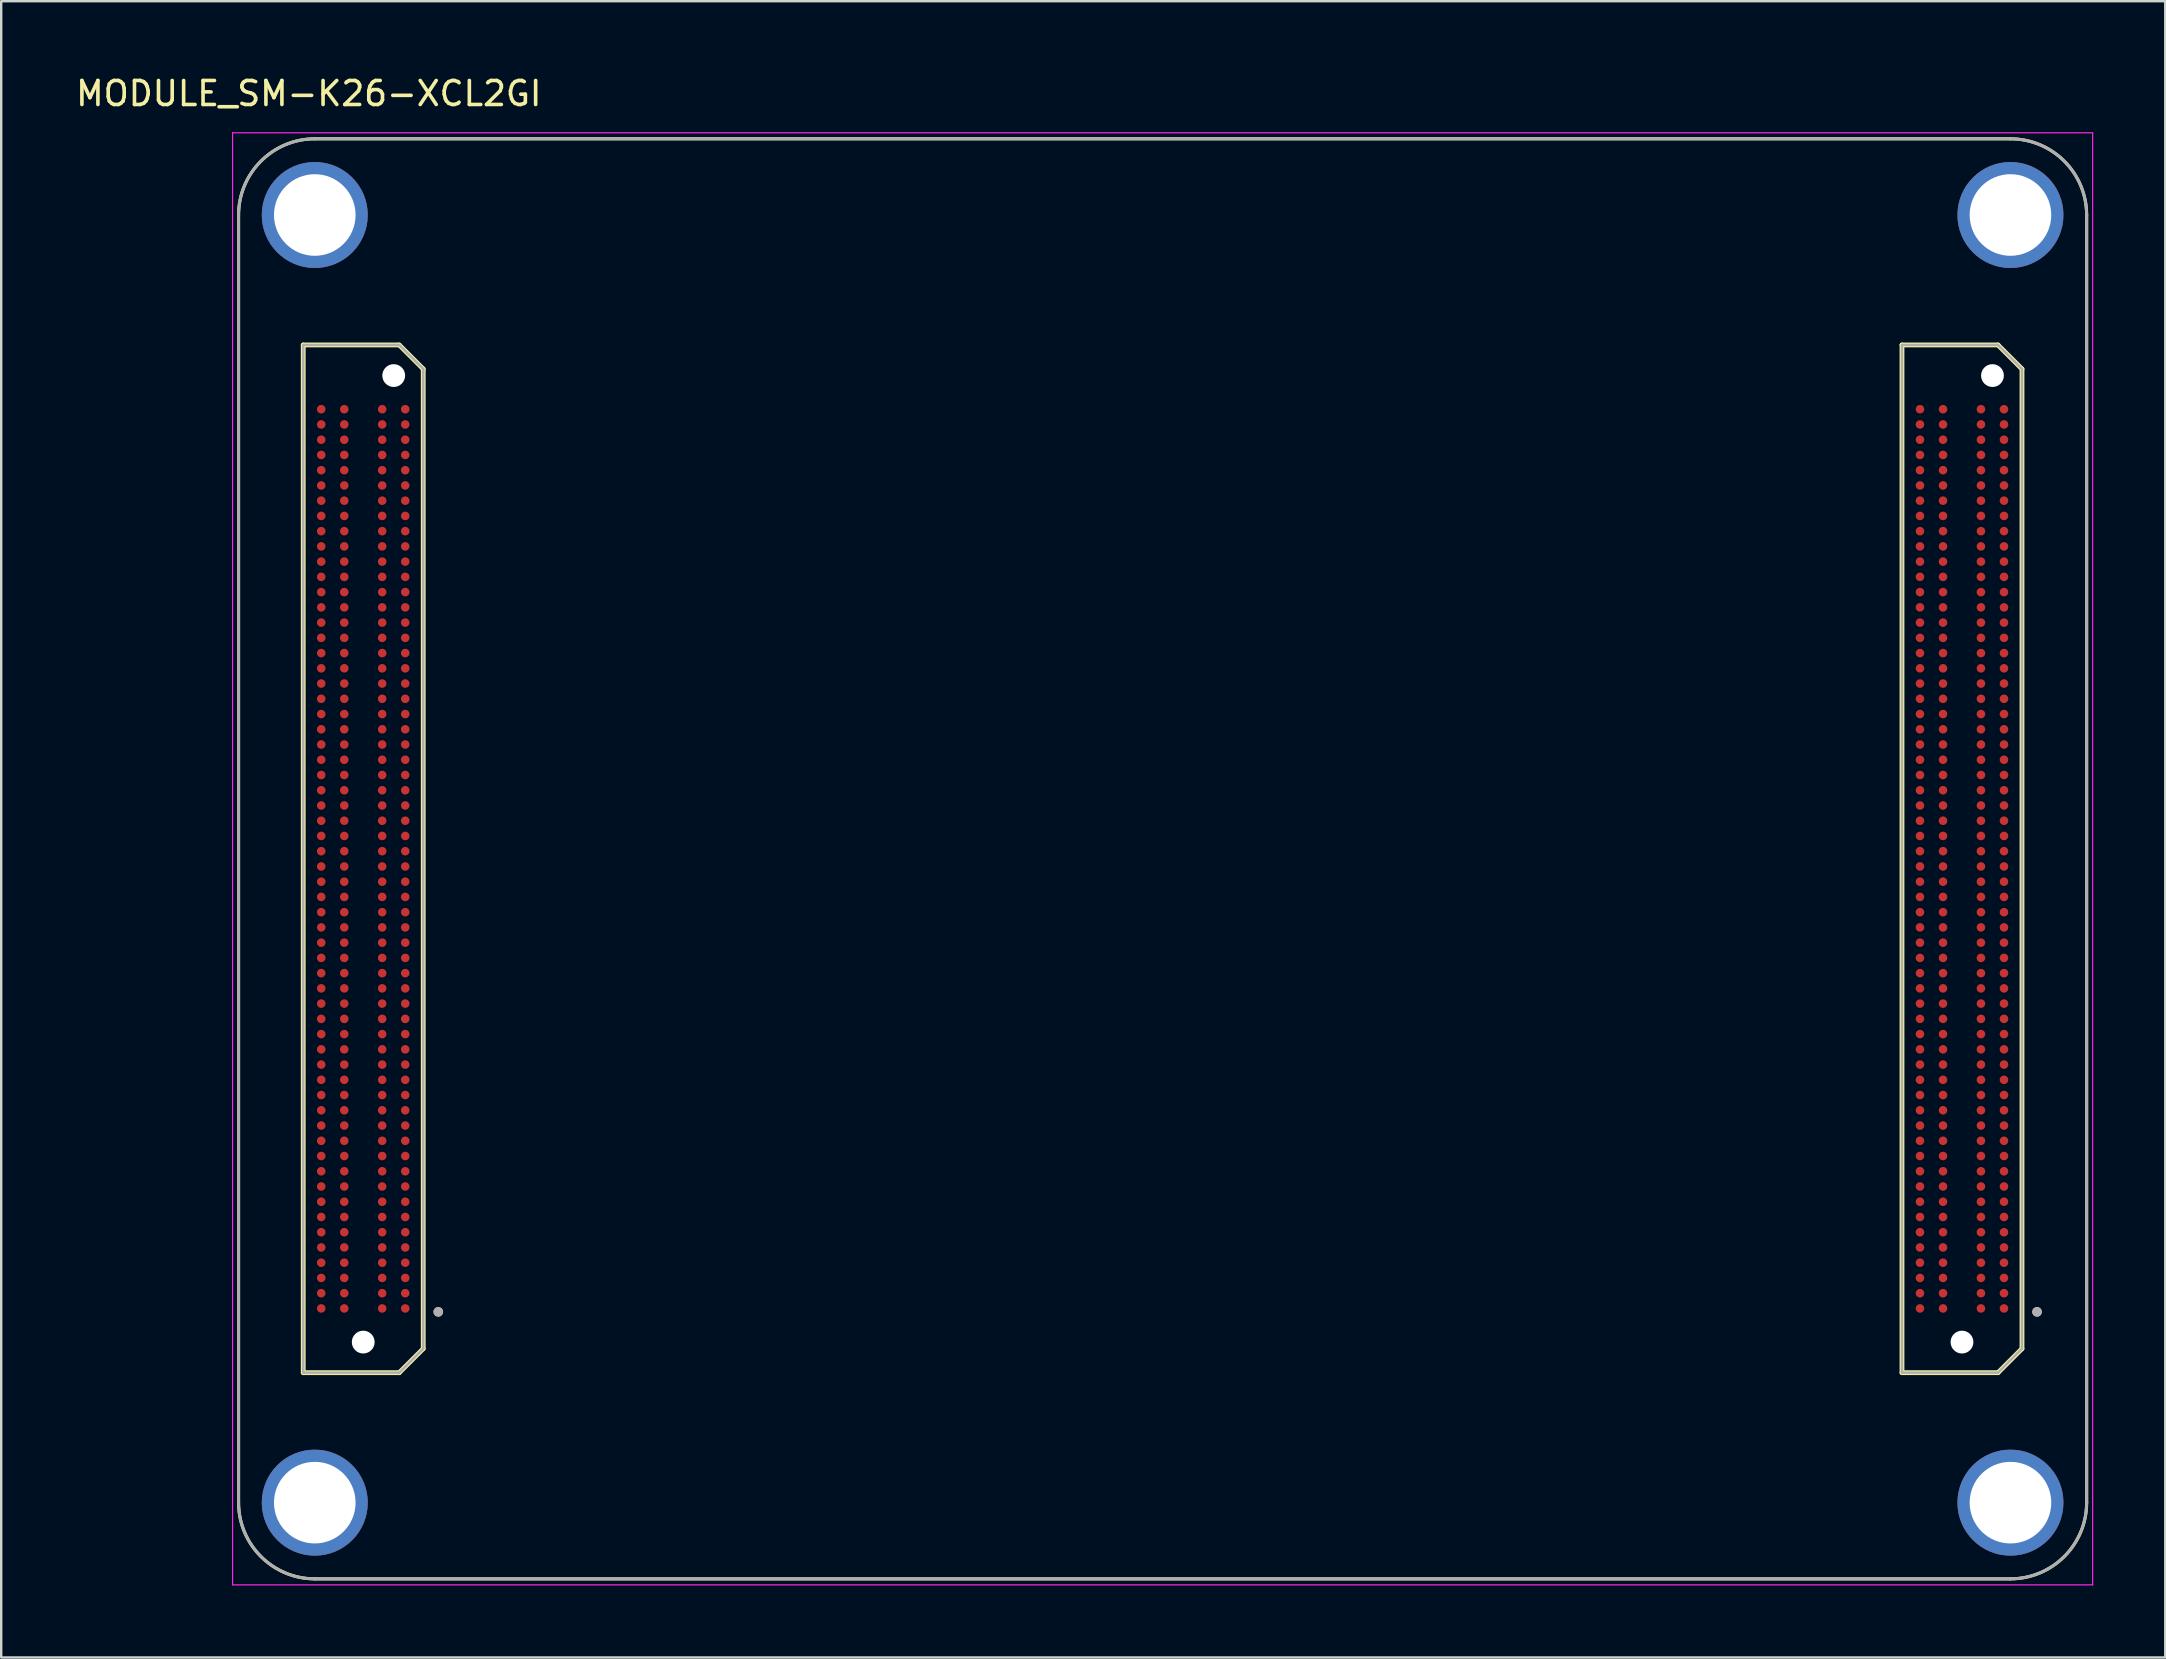
<source format=kicad_pcb>
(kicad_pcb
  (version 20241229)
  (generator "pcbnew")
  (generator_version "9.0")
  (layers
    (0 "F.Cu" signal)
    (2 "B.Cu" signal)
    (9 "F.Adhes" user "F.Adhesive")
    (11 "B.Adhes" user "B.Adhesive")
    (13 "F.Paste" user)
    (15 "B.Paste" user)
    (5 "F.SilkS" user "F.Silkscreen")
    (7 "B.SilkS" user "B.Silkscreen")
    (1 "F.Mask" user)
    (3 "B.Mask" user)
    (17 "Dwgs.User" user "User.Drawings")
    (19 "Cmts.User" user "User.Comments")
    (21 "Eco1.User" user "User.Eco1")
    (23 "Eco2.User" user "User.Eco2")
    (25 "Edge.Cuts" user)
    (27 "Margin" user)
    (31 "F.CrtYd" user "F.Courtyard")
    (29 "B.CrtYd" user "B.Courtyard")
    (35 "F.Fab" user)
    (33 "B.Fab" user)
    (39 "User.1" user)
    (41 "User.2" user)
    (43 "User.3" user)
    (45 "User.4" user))
  (footprint "MODULE_SM-K26-XCL2GI"
    (layer "F.Cu")
    (at 45.39 32.733)
    (property "Reference" "MODULE_SM-K26-XCL2GI" (at -35.575 -31.885 0) (layer "F.SilkS") (effects (font (size 1 1) (thickness 0.15))))
    (attr smd)
    (fp_line (start -38.5 -26.82) (end -38.5 26.82) (stroke (width 0.127) (type solid)) (layer "F.SilkS"))
    (fp_line (start -35.806 -21.41) (end -31.806 -21.41) (stroke (width 0.2) (type solid)) (layer "F.SilkS"))
    (fp_line (start -35.806 21.41) (end -35.806 -21.41) (stroke (width 0.2) (type solid)) (layer "F.SilkS"))
    (fp_line (start -35.32 -30) (end 35.32 -30) (stroke (width 0.127) (type solid)) (layer "F.SilkS"))
    (fp_line (start -35.32 30) (end 35.32 30) (stroke (width 0.127) (type solid)) (layer "F.SilkS"))
    (fp_line (start -31.806 -21.41) (end -30.806 -20.41) (stroke (width 0.2) (type solid)) (layer "F.SilkS"))
    (fp_line (start -31.806 21.41) (end -35.806 21.41) (stroke (width 0.2) (type solid)) (layer "F.SilkS"))
    (fp_line (start -30.806 -20.41) (end -30.806 20.41) (stroke (width 0.2) (type solid)) (layer "F.SilkS"))
    (fp_line (start -30.806 20.41) (end -31.806 21.41) (stroke (width 0.2) (type solid)) (layer "F.SilkS"))
    (fp_line (start 30.806 -21.41) (end 34.806 -21.41) (stroke (width 0.2) (type solid)) (layer "F.SilkS"))
    (fp_line (start 30.806 21.41) (end 30.806 -21.41) (stroke (width 0.2) (type solid)) (layer "F.SilkS"))
    (fp_line (start 34.806 -21.41) (end 35.806 -20.41) (stroke (width 0.2) (type solid)) (layer "F.SilkS"))
    (fp_line (start 34.806 21.41) (end 30.806 21.41) (stroke (width 0.2) (type solid)) (layer "F.SilkS"))
    (fp_line (start 35.806 -20.41) (end 35.806 20.41) (stroke (width 0.2) (type solid)) (layer "F.SilkS"))
    (fp_line (start 35.806 20.41) (end 34.806 21.41) (stroke (width 0.2) (type solid)) (layer "F.SilkS"))
    (fp_line (start 38.5 -26.82) (end 38.5 26.82) (stroke (width 0.127) (type solid)) (layer "F.SilkS"))
    (fp_arc (start -38.5 -26.82) (mid -37.5686 -29.0686) (end -35.32 -30) (stroke (width 0.127) (type solid)) (layer "F.SilkS"))
    (fp_arc (start -35.32 30) (mid -37.5686 29.0686) (end -38.5 26.82) (stroke (width 0.127) (type solid)) (layer "F.SilkS"))
    (fp_arc (start 35.32 -30) (mid 37.5686 -29.0686) (end 38.5 -26.82) (stroke (width 0.127) (type solid)) (layer "F.SilkS"))
    (fp_arc (start 38.5 26.82) (mid 37.5686 29.0686) (end 35.32 30) (stroke (width 0.127) (type solid)) (layer "F.SilkS"))
    (fp_circle (center -30.179 18.875) (end -30.079 18.875) (stroke (width 0.2) (type solid)) (fill no) (layer "F.SilkS"))
    (fp_circle (center 36.433 18.875) (end 36.533 18.875) (stroke (width 0.2) (type solid)) (fill no) (layer "F.SilkS"))
    (fp_line (start -38.75 -30.25) (end -38.75 30.25) (stroke (width 0.05) (type solid)) (layer "F.CrtYd"))
    (fp_line (start -38.75 30.25) (end 38.75 30.25) (stroke (width 0.05) (type solid)) (layer "F.CrtYd"))
    (fp_line (start 38.75 -30.25) (end -38.75 -30.25) (stroke (width 0.05) (type solid)) (layer "F.CrtYd"))
    (fp_line (start 38.75 30.25) (end 38.75 -30.25) (stroke (width 0.05) (type solid)) (layer "F.CrtYd"))
    (fp_line (start -38.5 -26.82) (end -38.5 26.82) (stroke (width 0.127) (type solid)) (layer "F.Fab"))
    (fp_line (start -35.806 -21.41) (end -31.806 -21.41) (stroke (width 0.1) (type solid)) (layer "F.Fab"))
    (fp_line (start -35.806 21.41) (end -35.806 -21.41) (stroke (width 0.1) (type solid)) (layer "F.Fab"))
    (fp_line (start -35.32 -30) (end 35.32 -30) (stroke (width 0.127) (type solid)) (layer "F.Fab"))
    (fp_line (start -35.32 30) (end 35.32 30) (stroke (width 0.127) (type solid)) (layer "F.Fab"))
    (fp_line (start -31.806 -21.41) (end -30.806 -20.41) (stroke (width 0.1) (type solid)) (layer "F.Fab"))
    (fp_line (start -31.806 21.41) (end -35.806 21.41) (stroke (width 0.1) (type solid)) (layer "F.Fab"))
    (fp_line (start -30.806 -20.41) (end -30.806 20.41) (stroke (width 0.1) (type solid)) (layer "F.Fab"))
    (fp_line (start -30.806 20.41) (end -31.806 21.41) (stroke (width 0.1) (type solid)) (layer "F.Fab"))
    (fp_line (start 30.806 -21.41) (end 34.806 -21.41) (stroke (width 0.1) (type solid)) (layer "F.Fab"))
    (fp_line (start 30.806 21.41) (end 30.806 -21.41) (stroke (width 0.1) (type solid)) (layer "F.Fab"))
    (fp_line (start 34.806 -21.41) (end 35.806 -20.41) (stroke (width 0.1) (type solid)) (layer "F.Fab"))
    (fp_line (start 34.806 21.41) (end 30.806 21.41) (stroke (width 0.1) (type solid)) (layer "F.Fab"))
    (fp_line (start 35.806 -20.41) (end 35.806 20.41) (stroke (width 0.1) (type solid)) (layer "F.Fab"))
    (fp_line (start 35.806 20.41) (end 34.806 21.41) (stroke (width 0.1) (type solid)) (layer "F.Fab"))
    (fp_line (start 38.5 -26.82) (end 38.5 26.82) (stroke (width 0.127) (type solid)) (layer "F.Fab"))
    (fp_arc (start -38.5 -26.82) (mid -37.5686 -29.0686) (end -35.32 -30) (stroke (width 0.127) (type solid)) (layer "F.Fab"))
    (fp_arc (start -35.32 30) (mid -37.5686 29.0686) (end -38.5 26.82) (stroke (width 0.127) (type solid)) (layer "F.Fab"))
    (fp_arc (start 35.32 -30) (mid 37.5686 -29.0686) (end 38.5 -26.82) (stroke (width 0.127) (type solid)) (layer "F.Fab"))
    (fp_arc (start 38.5 26.82) (mid 37.5686 29.0686) (end 35.32 30) (stroke (width 0.127) (type solid)) (layer "F.Fab"))
    (fp_circle (center -30.179 18.875) (end -30.079 18.875) (stroke (width 0.2) (type solid)) (fill no) (layer "F.Fab"))
    (fp_circle (center 36.433 18.875) (end 36.533 18.875) (stroke (width 0.2) (type solid)) (fill no) (layer "F.Fab"))
    (pad "" np_thru_hole circle (at -33.306 20.135) (size 0.95 0.95) (drill 0.95) (layers "*.Cu" "*.Mask"))
    (pad "" np_thru_hole circle (at -32.036 -20.135) (size 0.95 0.95) (drill 0.95) (layers "*.Cu" "*.Mask"))
    (pad "" np_thru_hole circle (at 33.306 20.135) (size 0.95 0.95) (drill 0.95) (layers "*.Cu" "*.Mask"))
    (pad "" np_thru_hole circle (at 34.576 -20.135) (size 0.95 0.95) (drill 0.95) (layers "*.Cu" "*.Mask"))
    (pad "A01" smd circle (at -31.556 18.733) (size 0.356 0.356) (layers "F.Cu" "F.Mask" "F.Paste"))
    (pad "A02" smd circle (at -31.556 18.098) (size 0.356 0.356) (layers "F.Cu" "F.Mask" "F.Paste"))
    (pad "A03" smd circle (at -31.556 17.462) (size 0.356 0.356) (layers "F.Cu" "F.Mask" "F.Paste"))
    (pad "A04" smd circle (at -31.556 16.828) (size 0.356 0.356) (layers "F.Cu" "F.Mask" "F.Paste"))
    (pad "A05" smd circle (at -31.556 16.192) (size 0.356 0.356) (layers "F.Cu" "F.Mask" "F.Paste"))
    (pad "A06" smd circle (at -31.556 15.557) (size 0.356 0.356) (layers "F.Cu" "F.Mask" "F.Paste"))
    (pad "A07" smd circle (at -31.556 14.922) (size 0.356 0.356) (layers "F.Cu" "F.Mask" "F.Paste"))
    (pad "A08" smd circle (at -31.556 14.287) (size 0.356 0.356) (layers "F.Cu" "F.Mask" "F.Paste"))
    (pad "A09" smd circle (at -31.556 13.652) (size 0.356 0.356) (layers "F.Cu" "F.Mask" "F.Paste"))
    (pad "A10" smd circle (at -31.556 13.018) (size 0.356 0.356) (layers "F.Cu" "F.Mask" "F.Paste"))
    (pad "A11" smd circle (at -31.556 12.383) (size 0.356 0.356) (layers "F.Cu" "F.Mask" "F.Paste"))
    (pad "A12" smd circle (at -31.556 11.748) (size 0.356 0.356) (layers "F.Cu" "F.Mask" "F.Paste"))
    (pad "A13" smd circle (at -31.556 11.113) (size 0.356 0.356) (layers "F.Cu" "F.Mask" "F.Paste"))
    (pad "A14" smd circle (at -31.556 10.477) (size 0.356 0.356) (layers "F.Cu" "F.Mask" "F.Paste"))
    (pad "A15" smd circle (at -31.556 9.842) (size 0.356 0.356) (layers "F.Cu" "F.Mask" "F.Paste"))
    (pad "A16" smd circle (at -31.556 9.207) (size 0.356 0.356) (layers "F.Cu" "F.Mask" "F.Paste"))
    (pad "A17" smd circle (at -31.556 8.572) (size 0.356 0.356) (layers "F.Cu" "F.Mask" "F.Paste"))
    (pad "A18" smd circle (at -31.556 7.938) (size 0.356 0.356) (layers "F.Cu" "F.Mask" "F.Paste"))
    (pad "A19" smd circle (at -31.556 7.303) (size 0.356 0.356) (layers "F.Cu" "F.Mask" "F.Paste"))
    (pad "A20" smd circle (at -31.556 6.668) (size 0.356 0.356) (layers "F.Cu" "F.Mask" "F.Paste"))
    (pad "A21" smd circle (at -31.556 6.032) (size 0.356 0.356) (layers "F.Cu" "F.Mask" "F.Paste"))
    (pad "A22" smd circle (at -31.556 5.397) (size 0.356 0.356) (layers "F.Cu" "F.Mask" "F.Paste"))
    (pad "A23" smd circle (at -31.556 4.763) (size 0.356 0.356) (layers "F.Cu" "F.Mask" "F.Paste"))
    (pad "A24" smd circle (at -31.556 4.128) (size 0.356 0.356) (layers "F.Cu" "F.Mask" "F.Paste"))
    (pad "A25" smd circle (at -31.556 3.493) (size 0.356 0.356) (layers "F.Cu" "F.Mask" "F.Paste"))
    (pad "A26" smd circle (at -31.556 2.857) (size 0.356 0.356) (layers "F.Cu" "F.Mask" "F.Paste"))
    (pad "A27" smd circle (at -31.556 2.223) (size 0.356 0.356) (layers "F.Cu" "F.Mask" "F.Paste"))
    (pad "A28" smd circle (at -31.556 1.587) (size 0.356 0.356) (layers "F.Cu" "F.Mask" "F.Paste"))
    (pad "A29" smd circle (at -31.556 0.953) (size 0.356 0.356) (layers "F.Cu" "F.Mask" "F.Paste"))
    (pad "A30" smd circle (at -31.556 0.318) (size 0.356 0.356) (layers "F.Cu" "F.Mask" "F.Paste"))
    (pad "A31" smd circle (at -31.556 -0.318) (size 0.356 0.356) (layers "F.Cu" "F.Mask" "F.Paste"))
    (pad "A32" smd circle (at -31.556 -0.953) (size 0.356 0.356) (layers "F.Cu" "F.Mask" "F.Paste"))
    (pad "A33" smd circle (at -31.556 -1.587) (size 0.356 0.356) (layers "F.Cu" "F.Mask" "F.Paste"))
    (pad "A34" smd circle (at -31.556 -2.223) (size 0.356 0.356) (layers "F.Cu" "F.Mask" "F.Paste"))
    (pad "A35" smd circle (at -31.556 -2.857) (size 0.356 0.356) (layers "F.Cu" "F.Mask" "F.Paste"))
    (pad "A36" smd circle (at -31.556 -3.493) (size 0.356 0.356) (layers "F.Cu" "F.Mask" "F.Paste"))
    (pad "A37" smd circle (at -31.556 -4.128) (size 0.356 0.356) (layers "F.Cu" "F.Mask" "F.Paste"))
    (pad "A38" smd circle (at -31.556 -4.763) (size 0.356 0.356) (layers "F.Cu" "F.Mask" "F.Paste"))
    (pad "A39" smd circle (at -31.556 -5.397) (size 0.356 0.356) (layers "F.Cu" "F.Mask" "F.Paste"))
    (pad "A40" smd circle (at -31.556 -6.032) (size 0.356 0.356) (layers "F.Cu" "F.Mask" "F.Paste"))
    (pad "A41" smd circle (at -31.556 -6.668) (size 0.356 0.356) (layers "F.Cu" "F.Mask" "F.Paste"))
    (pad "A42" smd circle (at -31.556 -7.303) (size 0.356 0.356) (layers "F.Cu" "F.Mask" "F.Paste"))
    (pad "A43" smd circle (at -31.556 -7.938) (size 0.356 0.356) (layers "F.Cu" "F.Mask" "F.Paste"))
    (pad "A44" smd circle (at -31.556 -8.572) (size 0.356 0.356) (layers "F.Cu" "F.Mask" "F.Paste"))
    (pad "A45" smd circle (at -31.556 -9.207) (size 0.356 0.356) (layers "F.Cu" "F.Mask" "F.Paste"))
    (pad "A46" smd circle (at -31.556 -9.842) (size 0.356 0.356) (layers "F.Cu" "F.Mask" "F.Paste"))
    (pad "A47" smd circle (at -31.556 -10.477) (size 0.356 0.356) (layers "F.Cu" "F.Mask" "F.Paste"))
    (pad "A48" smd circle (at -31.556 -11.113) (size 0.356 0.356) (layers "F.Cu" "F.Mask" "F.Paste"))
    (pad "A49" smd circle (at -31.556 -11.748) (size 0.356 0.356) (layers "F.Cu" "F.Mask" "F.Paste"))
    (pad "A50" smd circle (at -31.556 -12.383) (size 0.356 0.356) (layers "F.Cu" "F.Mask" "F.Paste"))
    (pad "A51" smd circle (at -31.556 -13.018) (size 0.356 0.356) (layers "F.Cu" "F.Mask" "F.Paste"))
    (pad "A52" smd circle (at -31.556 -13.652) (size 0.356 0.356) (layers "F.Cu" "F.Mask" "F.Paste"))
    (pad "A53" smd circle (at -31.556 -14.287) (size 0.356 0.356) (layers "F.Cu" "F.Mask" "F.Paste"))
    (pad "A54" smd circle (at -31.556 -14.922) (size 0.356 0.356) (layers "F.Cu" "F.Mask" "F.Paste"))
    (pad "A55" smd circle (at -31.556 -15.557) (size 0.356 0.356) (layers "F.Cu" "F.Mask" "F.Paste"))
    (pad "A56" smd circle (at -31.556 -16.192) (size 0.356 0.356) (layers "F.Cu" "F.Mask" "F.Paste"))
    (pad "A57" smd circle (at -31.556 -16.828) (size 0.356 0.356) (layers "F.Cu" "F.Mask" "F.Paste"))
    (pad "A58" smd circle (at -31.556 -17.462) (size 0.356 0.356) (layers "F.Cu" "F.Mask" "F.Paste"))
    (pad "A59" smd circle (at -31.556 -18.098) (size 0.356 0.356) (layers "F.Cu" "F.Mask" "F.Paste"))
    (pad "A60" smd circle (at -31.556 -18.733) (size 0.356 0.356) (layers "F.Cu" "F.Mask" "F.Paste"))
    (pad "A101" smd circle (at 35.056 18.733) (size 0.356 0.356) (layers "F.Cu" "F.Mask" "F.Paste"))
    (pad "A102" smd circle (at 35.056 18.098) (size 0.356 0.356) (layers "F.Cu" "F.Mask" "F.Paste"))
    (pad "A103" smd circle (at 35.056 17.462) (size 0.356 0.356) (layers "F.Cu" "F.Mask" "F.Paste"))
    (pad "A104" smd circle (at 35.056 16.828) (size 0.356 0.356) (layers "F.Cu" "F.Mask" "F.Paste"))
    (pad "A105" smd circle (at 35.056 16.192) (size 0.356 0.356) (layers "F.Cu" "F.Mask" "F.Paste"))
    (pad "A106" smd circle (at 35.056 15.557) (size 0.356 0.356) (layers "F.Cu" "F.Mask" "F.Paste"))
    (pad "A107" smd circle (at 35.056 14.922) (size 0.356 0.356) (layers "F.Cu" "F.Mask" "F.Paste"))
    (pad "A108" smd circle (at 35.056 14.287) (size 0.356 0.356) (layers "F.Cu" "F.Mask" "F.Paste"))
    (pad "A109" smd circle (at 35.056 13.652) (size 0.356 0.356) (layers "F.Cu" "F.Mask" "F.Paste"))
    (pad "A110" smd circle (at 35.056 13.018) (size 0.356 0.356) (layers "F.Cu" "F.Mask" "F.Paste"))
    (pad "A111" smd circle (at 35.056 12.383) (size 0.356 0.356) (layers "F.Cu" "F.Mask" "F.Paste"))
    (pad "A112" smd circle (at 35.056 11.748) (size 0.356 0.356) (layers "F.Cu" "F.Mask" "F.Paste"))
    (pad "A113" smd circle (at 35.056 11.113) (size 0.356 0.356) (layers "F.Cu" "F.Mask" "F.Paste"))
    (pad "A114" smd circle (at 35.056 10.477) (size 0.356 0.356) (layers "F.Cu" "F.Mask" "F.Paste"))
    (pad "A115" smd circle (at 35.056 9.842) (size 0.356 0.356) (layers "F.Cu" "F.Mask" "F.Paste"))
    (pad "A116" smd circle (at 35.056 9.207) (size 0.356 0.356) (layers "F.Cu" "F.Mask" "F.Paste"))
    (pad "A117" smd circle (at 35.056 8.572) (size 0.356 0.356) (layers "F.Cu" "F.Mask" "F.Paste"))
    (pad "A118" smd circle (at 35.056 7.938) (size 0.356 0.356) (layers "F.Cu" "F.Mask" "F.Paste"))
    (pad "A119" smd circle (at 35.056 7.303) (size 0.356 0.356) (layers "F.Cu" "F.Mask" "F.Paste"))
    (pad "A120" smd circle (at 35.056 6.668) (size 0.356 0.356) (layers "F.Cu" "F.Mask" "F.Paste"))
    (pad "A121" smd circle (at 35.056 6.032) (size 0.356 0.356) (layers "F.Cu" "F.Mask" "F.Paste"))
    (pad "A122" smd circle (at 35.056 5.397) (size 0.356 0.356) (layers "F.Cu" "F.Mask" "F.Paste"))
    (pad "A123" smd circle (at 35.056 4.763) (size 0.356 0.356) (layers "F.Cu" "F.Mask" "F.Paste"))
    (pad "A124" smd circle (at 35.056 4.128) (size 0.356 0.356) (layers "F.Cu" "F.Mask" "F.Paste"))
    (pad "A125" smd circle (at 35.056 3.493) (size 0.356 0.356) (layers "F.Cu" "F.Mask" "F.Paste"))
    (pad "A126" smd circle (at 35.056 2.857) (size 0.356 0.356) (layers "F.Cu" "F.Mask" "F.Paste"))
    (pad "A127" smd circle (at 35.056 2.223) (size 0.356 0.356) (layers "F.Cu" "F.Mask" "F.Paste"))
    (pad "A128" smd circle (at 35.056 1.587) (size 0.356 0.356) (layers "F.Cu" "F.Mask" "F.Paste"))
    (pad "A129" smd circle (at 35.056 0.953) (size 0.356 0.356) (layers "F.Cu" "F.Mask" "F.Paste"))
    (pad "A130" smd circle (at 35.056 0.318) (size 0.356 0.356) (layers "F.Cu" "F.Mask" "F.Paste"))
    (pad "A131" smd circle (at 35.056 -0.318) (size 0.356 0.356) (layers "F.Cu" "F.Mask" "F.Paste"))
    (pad "A132" smd circle (at 35.056 -0.953) (size 0.356 0.356) (layers "F.Cu" "F.Mask" "F.Paste"))
    (pad "A133" smd circle (at 35.056 -1.587) (size 0.356 0.356) (layers "F.Cu" "F.Mask" "F.Paste"))
    (pad "A134" smd circle (at 35.056 -2.223) (size 0.356 0.356) (layers "F.Cu" "F.Mask" "F.Paste"))
    (pad "A135" smd circle (at 35.056 -2.857) (size 0.356 0.356) (layers "F.Cu" "F.Mask" "F.Paste"))
    (pad "A136" smd circle (at 35.056 -3.493) (size 0.356 0.356) (layers "F.Cu" "F.Mask" "F.Paste"))
    (pad "A137" smd circle (at 35.056 -4.128) (size 0.356 0.356) (layers "F.Cu" "F.Mask" "F.Paste"))
    (pad "A138" smd circle (at 35.056 -4.763) (size 0.356 0.356) (layers "F.Cu" "F.Mask" "F.Paste"))
    (pad "A139" smd circle (at 35.056 -5.397) (size 0.356 0.356) (layers "F.Cu" "F.Mask" "F.Paste"))
    (pad "A140" smd circle (at 35.056 -6.032) (size 0.356 0.356) (layers "F.Cu" "F.Mask" "F.Paste"))
    (pad "A141" smd circle (at 35.056 -6.668) (size 0.356 0.356) (layers "F.Cu" "F.Mask" "F.Paste"))
    (pad "A142" smd circle (at 35.056 -7.303) (size 0.356 0.356) (layers "F.Cu" "F.Mask" "F.Paste"))
    (pad "A143" smd circle (at 35.056 -7.938) (size 0.356 0.356) (layers "F.Cu" "F.Mask" "F.Paste"))
    (pad "A144" smd circle (at 35.056 -8.572) (size 0.356 0.356) (layers "F.Cu" "F.Mask" "F.Paste"))
    (pad "A145" smd circle (at 35.056 -9.207) (size 0.356 0.356) (layers "F.Cu" "F.Mask" "F.Paste"))
    (pad "A146" smd circle (at 35.056 -9.842) (size 0.356 0.356) (layers "F.Cu" "F.Mask" "F.Paste"))
    (pad "A147" smd circle (at 35.056 -10.477) (size 0.356 0.356) (layers "F.Cu" "F.Mask" "F.Paste"))
    (pad "A148" smd circle (at 35.056 -11.113) (size 0.356 0.356) (layers "F.Cu" "F.Mask" "F.Paste"))
    (pad "A149" smd circle (at 35.056 -11.748) (size 0.356 0.356) (layers "F.Cu" "F.Mask" "F.Paste"))
    (pad "A150" smd circle (at 35.056 -12.383) (size 0.356 0.356) (layers "F.Cu" "F.Mask" "F.Paste"))
    (pad "A151" smd circle (at 35.056 -13.018) (size 0.356 0.356) (layers "F.Cu" "F.Mask" "F.Paste"))
    (pad "A152" smd circle (at 35.056 -13.652) (size 0.356 0.356) (layers "F.Cu" "F.Mask" "F.Paste"))
    (pad "A153" smd circle (at 35.056 -14.287) (size 0.356 0.356) (layers "F.Cu" "F.Mask" "F.Paste"))
    (pad "A154" smd circle (at 35.056 -14.922) (size 0.356 0.356) (layers "F.Cu" "F.Mask" "F.Paste"))
    (pad "A155" smd circle (at 35.056 -15.557) (size 0.356 0.356) (layers "F.Cu" "F.Mask" "F.Paste"))
    (pad "A156" smd circle (at 35.056 -16.192) (size 0.356 0.356) (layers "F.Cu" "F.Mask" "F.Paste"))
    (pad "A157" smd circle (at 35.056 -16.828) (size 0.356 0.356) (layers "F.Cu" "F.Mask" "F.Paste"))
    (pad "A158" smd circle (at 35.056 -17.462) (size 0.356 0.356) (layers "F.Cu" "F.Mask" "F.Paste"))
    (pad "A159" smd circle (at 35.056 -18.098) (size 0.356 0.356) (layers "F.Cu" "F.Mask" "F.Paste"))
    (pad "A160" smd circle (at 35.056 -18.733) (size 0.356 0.356) (layers "F.Cu" "F.Mask" "F.Paste"))
    (pad "B01" smd circle (at -32.516 18.733) (size 0.356 0.356) (layers "F.Cu" "F.Mask" "F.Paste"))
    (pad "B02" smd circle (at -32.516 18.098) (size 0.356 0.356) (layers "F.Cu" "F.Mask" "F.Paste"))
    (pad "B03" smd circle (at -32.516 17.462) (size 0.356 0.356) (layers "F.Cu" "F.Mask" "F.Paste"))
    (pad "B04" smd circle (at -32.516 16.828) (size 0.356 0.356) (layers "F.Cu" "F.Mask" "F.Paste"))
    (pad "B05" smd circle (at -32.516 16.192) (size 0.356 0.356) (layers "F.Cu" "F.Mask" "F.Paste"))
    (pad "B06" smd circle (at -32.516 15.557) (size 0.356 0.356) (layers "F.Cu" "F.Mask" "F.Paste"))
    (pad "B07" smd circle (at -32.516 14.922) (size 0.356 0.356) (layers "F.Cu" "F.Mask" "F.Paste"))
    (pad "B08" smd circle (at -32.516 14.287) (size 0.356 0.356) (layers "F.Cu" "F.Mask" "F.Paste"))
    (pad "B09" smd circle (at -32.516 13.652) (size 0.356 0.356) (layers "F.Cu" "F.Mask" "F.Paste"))
    (pad "B10" smd circle (at -32.516 13.018) (size 0.356 0.356) (layers "F.Cu" "F.Mask" "F.Paste"))
    (pad "B11" smd circle (at -32.516 12.383) (size 0.356 0.356) (layers "F.Cu" "F.Mask" "F.Paste"))
    (pad "B12" smd circle (at -32.516 11.748) (size 0.356 0.356) (layers "F.Cu" "F.Mask" "F.Paste"))
    (pad "B13" smd circle (at -32.516 11.113) (size 0.356 0.356) (layers "F.Cu" "F.Mask" "F.Paste"))
    (pad "B14" smd circle (at -32.516 10.477) (size 0.356 0.356) (layers "F.Cu" "F.Mask" "F.Paste"))
    (pad "B15" smd circle (at -32.516 9.842) (size 0.356 0.356) (layers "F.Cu" "F.Mask" "F.Paste"))
    (pad "B16" smd circle (at -32.516 9.207) (size 0.356 0.356) (layers "F.Cu" "F.Mask" "F.Paste"))
    (pad "B17" smd circle (at -32.516 8.572) (size 0.356 0.356) (layers "F.Cu" "F.Mask" "F.Paste"))
    (pad "B18" smd circle (at -32.516 7.938) (size 0.356 0.356) (layers "F.Cu" "F.Mask" "F.Paste"))
    (pad "B19" smd circle (at -32.516 7.303) (size 0.356 0.356) (layers "F.Cu" "F.Mask" "F.Paste"))
    (pad "B20" smd circle (at -32.516 6.668) (size 0.356 0.356) (layers "F.Cu" "F.Mask" "F.Paste"))
    (pad "B21" smd circle (at -32.516 6.032) (size 0.356 0.356) (layers "F.Cu" "F.Mask" "F.Paste"))
    (pad "B22" smd circle (at -32.516 5.397) (size 0.356 0.356) (layers "F.Cu" "F.Mask" "F.Paste"))
    (pad "B23" smd circle (at -32.516 4.763) (size 0.356 0.356) (layers "F.Cu" "F.Mask" "F.Paste"))
    (pad "B24" smd circle (at -32.516 4.128) (size 0.356 0.356) (layers "F.Cu" "F.Mask" "F.Paste"))
    (pad "B25" smd circle (at -32.516 3.493) (size 0.356 0.356) (layers "F.Cu" "F.Mask" "F.Paste"))
    (pad "B26" smd circle (at -32.516 2.857) (size 0.356 0.356) (layers "F.Cu" "F.Mask" "F.Paste"))
    (pad "B27" smd circle (at -32.516 2.223) (size 0.356 0.356) (layers "F.Cu" "F.Mask" "F.Paste"))
    (pad "B28" smd circle (at -32.516 1.587) (size 0.356 0.356) (layers "F.Cu" "F.Mask" "F.Paste"))
    (pad "B29" smd circle (at -32.516 0.953) (size 0.356 0.356) (layers "F.Cu" "F.Mask" "F.Paste"))
    (pad "B30" smd circle (at -32.516 0.318) (size 0.356 0.356) (layers "F.Cu" "F.Mask" "F.Paste"))
    (pad "B31" smd circle (at -32.516 -0.318) (size 0.356 0.356) (layers "F.Cu" "F.Mask" "F.Paste"))
    (pad "B32" smd circle (at -32.516 -0.953) (size 0.356 0.356) (layers "F.Cu" "F.Mask" "F.Paste"))
    (pad "B33" smd circle (at -32.516 -1.587) (size 0.356 0.356) (layers "F.Cu" "F.Mask" "F.Paste"))
    (pad "B34" smd circle (at -32.516 -2.223) (size 0.356 0.356) (layers "F.Cu" "F.Mask" "F.Paste"))
    (pad "B35" smd circle (at -32.516 -2.857) (size 0.356 0.356) (layers "F.Cu" "F.Mask" "F.Paste"))
    (pad "B36" smd circle (at -32.516 -3.493) (size 0.356 0.356) (layers "F.Cu" "F.Mask" "F.Paste"))
    (pad "B37" smd circle (at -32.516 -4.128) (size 0.356 0.356) (layers "F.Cu" "F.Mask" "F.Paste"))
    (pad "B38" smd circle (at -32.516 -4.763) (size 0.356 0.356) (layers "F.Cu" "F.Mask" "F.Paste"))
    (pad "B39" smd circle (at -32.516 -5.397) (size 0.356 0.356) (layers "F.Cu" "F.Mask" "F.Paste"))
    (pad "B40" smd circle (at -32.516 -6.032) (size 0.356 0.356) (layers "F.Cu" "F.Mask" "F.Paste"))
    (pad "B41" smd circle (at -32.516 -6.668) (size 0.356 0.356) (layers "F.Cu" "F.Mask" "F.Paste"))
    (pad "B42" smd circle (at -32.516 -7.303) (size 0.356 0.356) (layers "F.Cu" "F.Mask" "F.Paste"))
    (pad "B43" smd circle (at -32.516 -7.938) (size 0.356 0.356) (layers "F.Cu" "F.Mask" "F.Paste"))
    (pad "B44" smd circle (at -32.516 -8.572) (size 0.356 0.356) (layers "F.Cu" "F.Mask" "F.Paste"))
    (pad "B45" smd circle (at -32.516 -9.207) (size 0.356 0.356) (layers "F.Cu" "F.Mask" "F.Paste"))
    (pad "B46" smd circle (at -32.516 -9.842) (size 0.356 0.356) (layers "F.Cu" "F.Mask" "F.Paste"))
    (pad "B47" smd circle (at -32.516 -10.477) (size 0.356 0.356) (layers "F.Cu" "F.Mask" "F.Paste"))
    (pad "B48" smd circle (at -32.516 -11.113) (size 0.356 0.356) (layers "F.Cu" "F.Mask" "F.Paste"))
    (pad "B49" smd circle (at -32.516 -11.748) (size 0.356 0.356) (layers "F.Cu" "F.Mask" "F.Paste"))
    (pad "B50" smd circle (at -32.516 -12.383) (size 0.356 0.356) (layers "F.Cu" "F.Mask" "F.Paste"))
    (pad "B51" smd circle (at -32.516 -13.018) (size 0.356 0.356) (layers "F.Cu" "F.Mask" "F.Paste"))
    (pad "B52" smd circle (at -32.516 -13.652) (size 0.356 0.356) (layers "F.Cu" "F.Mask" "F.Paste"))
    (pad "B53" smd circle (at -32.516 -14.287) (size 0.356 0.356) (layers "F.Cu" "F.Mask" "F.Paste"))
    (pad "B54" smd circle (at -32.516 -14.922) (size 0.356 0.356) (layers "F.Cu" "F.Mask" "F.Paste"))
    (pad "B55" smd circle (at -32.516 -15.557) (size 0.356 0.356) (layers "F.Cu" "F.Mask" "F.Paste"))
    (pad "B56" smd circle (at -32.516 -16.192) (size 0.356 0.356) (layers "F.Cu" "F.Mask" "F.Paste"))
    (pad "B57" smd circle (at -32.516 -16.828) (size 0.356 0.356) (layers "F.Cu" "F.Mask" "F.Paste"))
    (pad "B58" smd circle (at -32.516 -17.462) (size 0.356 0.356) (layers "F.Cu" "F.Mask" "F.Paste"))
    (pad "B59" smd circle (at -32.516 -18.098) (size 0.356 0.356) (layers "F.Cu" "F.Mask" "F.Paste"))
    (pad "B60" smd circle (at -32.516 -18.733) (size 0.356 0.356) (layers "F.Cu" "F.Mask" "F.Paste"))
    (pad "B101" smd circle (at 34.096 18.733) (size 0.356 0.356) (layers "F.Cu" "F.Mask" "F.Paste"))
    (pad "B102" smd circle (at 34.096 18.098) (size 0.356 0.356) (layers "F.Cu" "F.Mask" "F.Paste"))
    (pad "B103" smd circle (at 34.096 17.462) (size 0.356 0.356) (layers "F.Cu" "F.Mask" "F.Paste"))
    (pad "B104" smd circle (at 34.096 16.828) (size 0.356 0.356) (layers "F.Cu" "F.Mask" "F.Paste"))
    (pad "B105" smd circle (at 34.096 16.192) (size 0.356 0.356) (layers "F.Cu" "F.Mask" "F.Paste"))
    (pad "B106" smd circle (at 34.096 15.557) (size 0.356 0.356) (layers "F.Cu" "F.Mask" "F.Paste"))
    (pad "B107" smd circle (at 34.096 14.922) (size 0.356 0.356) (layers "F.Cu" "F.Mask" "F.Paste"))
    (pad "B108" smd circle (at 34.096 14.287) (size 0.356 0.356) (layers "F.Cu" "F.Mask" "F.Paste"))
    (pad "B109" smd circle (at 34.096 13.652) (size 0.356 0.356) (layers "F.Cu" "F.Mask" "F.Paste"))
    (pad "B110" smd circle (at 34.096 13.018) (size 0.356 0.356) (layers "F.Cu" "F.Mask" "F.Paste"))
    (pad "B111" smd circle (at 34.096 12.383) (size 0.356 0.356) (layers "F.Cu" "F.Mask" "F.Paste"))
    (pad "B112" smd circle (at 34.096 11.748) (size 0.356 0.356) (layers "F.Cu" "F.Mask" "F.Paste"))
    (pad "B113" smd circle (at 34.096 11.113) (size 0.356 0.356) (layers "F.Cu" "F.Mask" "F.Paste"))
    (pad "B114" smd circle (at 34.096 10.477) (size 0.356 0.356) (layers "F.Cu" "F.Mask" "F.Paste"))
    (pad "B115" smd circle (at 34.096 9.842) (size 0.356 0.356) (layers "F.Cu" "F.Mask" "F.Paste"))
    (pad "B116" smd circle (at 34.096 9.207) (size 0.356 0.356) (layers "F.Cu" "F.Mask" "F.Paste"))
    (pad "B117" smd circle (at 34.096 8.572) (size 0.356 0.356) (layers "F.Cu" "F.Mask" "F.Paste"))
    (pad "B118" smd circle (at 34.096 7.938) (size 0.356 0.356) (layers "F.Cu" "F.Mask" "F.Paste"))
    (pad "B119" smd circle (at 34.096 7.303) (size 0.356 0.356) (layers "F.Cu" "F.Mask" "F.Paste"))
    (pad "B120" smd circle (at 34.096 6.668) (size 0.356 0.356) (layers "F.Cu" "F.Mask" "F.Paste"))
    (pad "B121" smd circle (at 34.096 6.032) (size 0.356 0.356) (layers "F.Cu" "F.Mask" "F.Paste"))
    (pad "B122" smd circle (at 34.096 5.397) (size 0.356 0.356) (layers "F.Cu" "F.Mask" "F.Paste"))
    (pad "B123" smd circle (at 34.096 4.763) (size 0.356 0.356) (layers "F.Cu" "F.Mask" "F.Paste"))
    (pad "B124" smd circle (at 34.096 4.128) (size 0.356 0.356) (layers "F.Cu" "F.Mask" "F.Paste"))
    (pad "B125" smd circle (at 34.096 3.493) (size 0.356 0.356) (layers "F.Cu" "F.Mask" "F.Paste"))
    (pad "B126" smd circle (at 34.096 2.857) (size 0.356 0.356) (layers "F.Cu" "F.Mask" "F.Paste"))
    (pad "B127" smd circle (at 34.096 2.223) (size 0.356 0.356) (layers "F.Cu" "F.Mask" "F.Paste"))
    (pad "B128" smd circle (at 34.096 1.587) (size 0.356 0.356) (layers "F.Cu" "F.Mask" "F.Paste"))
    (pad "B129" smd circle (at 34.096 0.953) (size 0.356 0.356) (layers "F.Cu" "F.Mask" "F.Paste"))
    (pad "B130" smd circle (at 34.096 0.318) (size 0.356 0.356) (layers "F.Cu" "F.Mask" "F.Paste"))
    (pad "B131" smd circle (at 34.096 -0.318) (size 0.356 0.356) (layers "F.Cu" "F.Mask" "F.Paste"))
    (pad "B132" smd circle (at 34.096 -0.953) (size 0.356 0.356) (layers "F.Cu" "F.Mask" "F.Paste"))
    (pad "B133" smd circle (at 34.096 -1.587) (size 0.356 0.356) (layers "F.Cu" "F.Mask" "F.Paste"))
    (pad "B134" smd circle (at 34.096 -2.223) (size 0.356 0.356) (layers "F.Cu" "F.Mask" "F.Paste"))
    (pad "B135" smd circle (at 34.096 -2.857) (size 0.356 0.356) (layers "F.Cu" "F.Mask" "F.Paste"))
    (pad "B136" smd circle (at 34.096 -3.493) (size 0.356 0.356) (layers "F.Cu" "F.Mask" "F.Paste"))
    (pad "B137" smd circle (at 34.096 -4.128) (size 0.356 0.356) (layers "F.Cu" "F.Mask" "F.Paste"))
    (pad "B138" smd circle (at 34.096 -4.763) (size 0.356 0.356) (layers "F.Cu" "F.Mask" "F.Paste"))
    (pad "B139" smd circle (at 34.096 -5.397) (size 0.356 0.356) (layers "F.Cu" "F.Mask" "F.Paste"))
    (pad "B140" smd circle (at 34.096 -6.032) (size 0.356 0.356) (layers "F.Cu" "F.Mask" "F.Paste"))
    (pad "B141" smd circle (at 34.096 -6.668) (size 0.356 0.356) (layers "F.Cu" "F.Mask" "F.Paste"))
    (pad "B142" smd circle (at 34.096 -7.303) (size 0.356 0.356) (layers "F.Cu" "F.Mask" "F.Paste"))
    (pad "B143" smd circle (at 34.096 -7.938) (size 0.356 0.356) (layers "F.Cu" "F.Mask" "F.Paste"))
    (pad "B144" smd circle (at 34.096 -8.572) (size 0.356 0.356) (layers "F.Cu" "F.Mask" "F.Paste"))
    (pad "B145" smd circle (at 34.096 -9.207) (size 0.356 0.356) (layers "F.Cu" "F.Mask" "F.Paste"))
    (pad "B146" smd circle (at 34.096 -9.842) (size 0.356 0.356) (layers "F.Cu" "F.Mask" "F.Paste"))
    (pad "B147" smd circle (at 34.096 -10.477) (size 0.356 0.356) (layers "F.Cu" "F.Mask" "F.Paste"))
    (pad "B148" smd circle (at 34.096 -11.113) (size 0.356 0.356) (layers "F.Cu" "F.Mask" "F.Paste"))
    (pad "B149" smd circle (at 34.096 -11.748) (size 0.356 0.356) (layers "F.Cu" "F.Mask" "F.Paste"))
    (pad "B150" smd circle (at 34.096 -12.383) (size 0.356 0.356) (layers "F.Cu" "F.Mask" "F.Paste"))
    (pad "B151" smd circle (at 34.096 -13.018) (size 0.356 0.356) (layers "F.Cu" "F.Mask" "F.Paste"))
    (pad "B152" smd circle (at 34.096 -13.652) (size 0.356 0.356) (layers "F.Cu" "F.Mask" "F.Paste"))
    (pad "B153" smd circle (at 34.096 -14.287) (size 0.356 0.356) (layers "F.Cu" "F.Mask" "F.Paste"))
    (pad "B154" smd circle (at 34.096 -14.922) (size 0.356 0.356) (layers "F.Cu" "F.Mask" "F.Paste"))
    (pad "B155" smd circle (at 34.096 -15.557) (size 0.356 0.356) (layers "F.Cu" "F.Mask" "F.Paste"))
    (pad "B156" smd circle (at 34.096 -16.192) (size 0.356 0.356) (layers "F.Cu" "F.Mask" "F.Paste"))
    (pad "B157" smd circle (at 34.096 -16.828) (size 0.356 0.356) (layers "F.Cu" "F.Mask" "F.Paste"))
    (pad "B158" smd circle (at 34.096 -17.462) (size 0.356 0.356) (layers "F.Cu" "F.Mask" "F.Paste"))
    (pad "B159" smd circle (at 34.096 -18.098) (size 0.356 0.356) (layers "F.Cu" "F.Mask" "F.Paste"))
    (pad "B160" smd circle (at 34.096 -18.733) (size 0.356 0.356) (layers "F.Cu" "F.Mask" "F.Paste"))
    (pad "C01" smd circle (at -34.096 18.733) (size 0.356 0.356) (layers "F.Cu" "F.Mask" "F.Paste"))
    (pad "C02" smd circle (at -34.096 18.098) (size 0.356 0.356) (layers "F.Cu" "F.Mask" "F.Paste"))
    (pad "C03" smd circle (at -34.096 17.462) (size 0.356 0.356) (layers "F.Cu" "F.Mask" "F.Paste"))
    (pad "C04" smd circle (at -34.096 16.828) (size 0.356 0.356) (layers "F.Cu" "F.Mask" "F.Paste"))
    (pad "C05" smd circle (at -34.096 16.192) (size 0.356 0.356) (layers "F.Cu" "F.Mask" "F.Paste"))
    (pad "C06" smd circle (at -34.096 15.557) (size 0.356 0.356) (layers "F.Cu" "F.Mask" "F.Paste"))
    (pad "C07" smd circle (at -34.096 14.922) (size 0.356 0.356) (layers "F.Cu" "F.Mask" "F.Paste"))
    (pad "C08" smd circle (at -34.096 14.287) (size 0.356 0.356) (layers "F.Cu" "F.Mask" "F.Paste"))
    (pad "C09" smd circle (at -34.096 13.652) (size 0.356 0.356) (layers "F.Cu" "F.Mask" "F.Paste"))
    (pad "C10" smd circle (at -34.096 13.018) (size 0.356 0.356) (layers "F.Cu" "F.Mask" "F.Paste"))
    (pad "C11" smd circle (at -34.096 12.383) (size 0.356 0.356) (layers "F.Cu" "F.Mask" "F.Paste"))
    (pad "C12" smd circle (at -34.096 11.748) (size 0.356 0.356) (layers "F.Cu" "F.Mask" "F.Paste"))
    (pad "C13" smd circle (at -34.096 11.113) (size 0.356 0.356) (layers "F.Cu" "F.Mask" "F.Paste"))
    (pad "C14" smd circle (at -34.096 10.477) (size 0.356 0.356) (layers "F.Cu" "F.Mask" "F.Paste"))
    (pad "C15" smd circle (at -34.096 9.842) (size 0.356 0.356) (layers "F.Cu" "F.Mask" "F.Paste"))
    (pad "C16" smd circle (at -34.096 9.207) (size 0.356 0.356) (layers "F.Cu" "F.Mask" "F.Paste"))
    (pad "C17" smd circle (at -34.096 8.572) (size 0.356 0.356) (layers "F.Cu" "F.Mask" "F.Paste"))
    (pad "C18" smd circle (at -34.096 7.938) (size 0.356 0.356) (layers "F.Cu" "F.Mask" "F.Paste"))
    (pad "C19" smd circle (at -34.096 7.303) (size 0.356 0.356) (layers "F.Cu" "F.Mask" "F.Paste"))
    (pad "C20" smd circle (at -34.096 6.668) (size 0.356 0.356) (layers "F.Cu" "F.Mask" "F.Paste"))
    (pad "C21" smd circle (at -34.096 6.032) (size 0.356 0.356) (layers "F.Cu" "F.Mask" "F.Paste"))
    (pad "C22" smd circle (at -34.096 5.397) (size 0.356 0.356) (layers "F.Cu" "F.Mask" "F.Paste"))
    (pad "C23" smd circle (at -34.096 4.763) (size 0.356 0.356) (layers "F.Cu" "F.Mask" "F.Paste"))
    (pad "C24" smd circle (at -34.096 4.128) (size 0.356 0.356) (layers "F.Cu" "F.Mask" "F.Paste"))
    (pad "C25" smd circle (at -34.096 3.493) (size 0.356 0.356) (layers "F.Cu" "F.Mask" "F.Paste"))
    (pad "C26" smd circle (at -34.096 2.857) (size 0.356 0.356) (layers "F.Cu" "F.Mask" "F.Paste"))
    (pad "C27" smd circle (at -34.096 2.223) (size 0.356 0.356) (layers "F.Cu" "F.Mask" "F.Paste"))
    (pad "C28" smd circle (at -34.096 1.587) (size 0.356 0.356) (layers "F.Cu" "F.Mask" "F.Paste"))
    (pad "C29" smd circle (at -34.096 0.953) (size 0.356 0.356) (layers "F.Cu" "F.Mask" "F.Paste"))
    (pad "C30" smd circle (at -34.096 0.318) (size 0.356 0.356) (layers "F.Cu" "F.Mask" "F.Paste"))
    (pad "C31" smd circle (at -34.096 -0.318) (size 0.356 0.356) (layers "F.Cu" "F.Mask" "F.Paste"))
    (pad "C32" smd circle (at -34.096 -0.953) (size 0.356 0.356) (layers "F.Cu" "F.Mask" "F.Paste"))
    (pad "C33" smd circle (at -34.096 -1.587) (size 0.356 0.356) (layers "F.Cu" "F.Mask" "F.Paste"))
    (pad "C34" smd circle (at -34.096 -2.223) (size 0.356 0.356) (layers "F.Cu" "F.Mask" "F.Paste"))
    (pad "C35" smd circle (at -34.096 -2.857) (size 0.356 0.356) (layers "F.Cu" "F.Mask" "F.Paste"))
    (pad "C36" smd circle (at -34.096 -3.493) (size 0.356 0.356) (layers "F.Cu" "F.Mask" "F.Paste"))
    (pad "C37" smd circle (at -34.096 -4.128) (size 0.356 0.356) (layers "F.Cu" "F.Mask" "F.Paste"))
    (pad "C38" smd circle (at -34.096 -4.763) (size 0.356 0.356) (layers "F.Cu" "F.Mask" "F.Paste"))
    (pad "C39" smd circle (at -34.096 -5.397) (size 0.356 0.356) (layers "F.Cu" "F.Mask" "F.Paste"))
    (pad "C40" smd circle (at -34.096 -6.032) (size 0.356 0.356) (layers "F.Cu" "F.Mask" "F.Paste"))
    (pad "C41" smd circle (at -34.096 -6.668) (size 0.356 0.356) (layers "F.Cu" "F.Mask" "F.Paste"))
    (pad "C42" smd circle (at -34.096 -7.303) (size 0.356 0.356) (layers "F.Cu" "F.Mask" "F.Paste"))
    (pad "C43" smd circle (at -34.096 -7.938) (size 0.356 0.356) (layers "F.Cu" "F.Mask" "F.Paste"))
    (pad "C44" smd circle (at -34.096 -8.572) (size 0.356 0.356) (layers "F.Cu" "F.Mask" "F.Paste"))
    (pad "C45" smd circle (at -34.096 -9.207) (size 0.356 0.356) (layers "F.Cu" "F.Mask" "F.Paste"))
    (pad "C46" smd circle (at -34.096 -9.842) (size 0.356 0.356) (layers "F.Cu" "F.Mask" "F.Paste"))
    (pad "C47" smd circle (at -34.096 -10.477) (size 0.356 0.356) (layers "F.Cu" "F.Mask" "F.Paste"))
    (pad "C48" smd circle (at -34.096 -11.113) (size 0.356 0.356) (layers "F.Cu" "F.Mask" "F.Paste"))
    (pad "C49" smd circle (at -34.096 -11.748) (size 0.356 0.356) (layers "F.Cu" "F.Mask" "F.Paste"))
    (pad "C50" smd circle (at -34.096 -12.383) (size 0.356 0.356) (layers "F.Cu" "F.Mask" "F.Paste"))
    (pad "C51" smd circle (at -34.096 -13.018) (size 0.356 0.356) (layers "F.Cu" "F.Mask" "F.Paste"))
    (pad "C52" smd circle (at -34.096 -13.652) (size 0.356 0.356) (layers "F.Cu" "F.Mask" "F.Paste"))
    (pad "C53" smd circle (at -34.096 -14.287) (size 0.356 0.356) (layers "F.Cu" "F.Mask" "F.Paste"))
    (pad "C54" smd circle (at -34.096 -14.922) (size 0.356 0.356) (layers "F.Cu" "F.Mask" "F.Paste"))
    (pad "C55" smd circle (at -34.096 -15.557) (size 0.356 0.356) (layers "F.Cu" "F.Mask" "F.Paste"))
    (pad "C56" smd circle (at -34.096 -16.192) (size 0.356 0.356) (layers "F.Cu" "F.Mask" "F.Paste"))
    (pad "C57" smd circle (at -34.096 -16.828) (size 0.356 0.356) (layers "F.Cu" "F.Mask" "F.Paste"))
    (pad "C58" smd circle (at -34.096 -17.462) (size 0.356 0.356) (layers "F.Cu" "F.Mask" "F.Paste"))
    (pad "C59" smd circle (at -34.096 -18.098) (size 0.356 0.356) (layers "F.Cu" "F.Mask" "F.Paste"))
    (pad "C60" smd circle (at -34.096 -18.733) (size 0.356 0.356) (layers "F.Cu" "F.Mask" "F.Paste"))
    (pad "C101" smd circle (at 32.516 18.733) (size 0.356 0.356) (layers "F.Cu" "F.Mask" "F.Paste"))
    (pad "C102" smd circle (at 32.516 18.098) (size 0.356 0.356) (layers "F.Cu" "F.Mask" "F.Paste"))
    (pad "C103" smd circle (at 32.516 17.462) (size 0.356 0.356) (layers "F.Cu" "F.Mask" "F.Paste"))
    (pad "C104" smd circle (at 32.516 16.828) (size 0.356 0.356) (layers "F.Cu" "F.Mask" "F.Paste"))
    (pad "C105" smd circle (at 32.516 16.192) (size 0.356 0.356) (layers "F.Cu" "F.Mask" "F.Paste"))
    (pad "C106" smd circle (at 32.516 15.557) (size 0.356 0.356) (layers "F.Cu" "F.Mask" "F.Paste"))
    (pad "C107" smd circle (at 32.516 14.922) (size 0.356 0.356) (layers "F.Cu" "F.Mask" "F.Paste"))
    (pad "C108" smd circle (at 32.516 14.287) (size 0.356 0.356) (layers "F.Cu" "F.Mask" "F.Paste"))
    (pad "C109" smd circle (at 32.516 13.652) (size 0.356 0.356) (layers "F.Cu" "F.Mask" "F.Paste"))
    (pad "C110" smd circle (at 32.516 13.018) (size 0.356 0.356) (layers "F.Cu" "F.Mask" "F.Paste"))
    (pad "C111" smd circle (at 32.516 12.383) (size 0.356 0.356) (layers "F.Cu" "F.Mask" "F.Paste"))
    (pad "C112" smd circle (at 32.516 11.748) (size 0.356 0.356) (layers "F.Cu" "F.Mask" "F.Paste"))
    (pad "C113" smd circle (at 32.516 11.113) (size 0.356 0.356) (layers "F.Cu" "F.Mask" "F.Paste"))
    (pad "C114" smd circle (at 32.516 10.477) (size 0.356 0.356) (layers "F.Cu" "F.Mask" "F.Paste"))
    (pad "C115" smd circle (at 32.516 9.842) (size 0.356 0.356) (layers "F.Cu" "F.Mask" "F.Paste"))
    (pad "C116" smd circle (at 32.516 9.207) (size 0.356 0.356) (layers "F.Cu" "F.Mask" "F.Paste"))
    (pad "C117" smd circle (at 32.516 8.572) (size 0.356 0.356) (layers "F.Cu" "F.Mask" "F.Paste"))
    (pad "C118" smd circle (at 32.516 7.938) (size 0.356 0.356) (layers "F.Cu" "F.Mask" "F.Paste"))
    (pad "C119" smd circle (at 32.516 7.303) (size 0.356 0.356) (layers "F.Cu" "F.Mask" "F.Paste"))
    (pad "C120" smd circle (at 32.516 6.668) (size 0.356 0.356) (layers "F.Cu" "F.Mask" "F.Paste"))
    (pad "C121" smd circle (at 32.516 6.032) (size 0.356 0.356) (layers "F.Cu" "F.Mask" "F.Paste"))
    (pad "C122" smd circle (at 32.516 5.397) (size 0.356 0.356) (layers "F.Cu" "F.Mask" "F.Paste"))
    (pad "C123" smd circle (at 32.516 4.763) (size 0.356 0.356) (layers "F.Cu" "F.Mask" "F.Paste"))
    (pad "C124" smd circle (at 32.516 4.128) (size 0.356 0.356) (layers "F.Cu" "F.Mask" "F.Paste"))
    (pad "C125" smd circle (at 32.516 3.493) (size 0.356 0.356) (layers "F.Cu" "F.Mask" "F.Paste"))
    (pad "C126" smd circle (at 32.516 2.857) (size 0.356 0.356) (layers "F.Cu" "F.Mask" "F.Paste"))
    (pad "C127" smd circle (at 32.516 2.223) (size 0.356 0.356) (layers "F.Cu" "F.Mask" "F.Paste"))
    (pad "C128" smd circle (at 32.516 1.587) (size 0.356 0.356) (layers "F.Cu" "F.Mask" "F.Paste"))
    (pad "C129" smd circle (at 32.516 0.953) (size 0.356 0.356) (layers "F.Cu" "F.Mask" "F.Paste"))
    (pad "C130" smd circle (at 32.516 0.318) (size 0.356 0.356) (layers "F.Cu" "F.Mask" "F.Paste"))
    (pad "C131" smd circle (at 32.516 -0.318) (size 0.356 0.356) (layers "F.Cu" "F.Mask" "F.Paste"))
    (pad "C132" smd circle (at 32.516 -0.953) (size 0.356 0.356) (layers "F.Cu" "F.Mask" "F.Paste"))
    (pad "C133" smd circle (at 32.516 -1.587) (size 0.356 0.356) (layers "F.Cu" "F.Mask" "F.Paste"))
    (pad "C134" smd circle (at 32.516 -2.223) (size 0.356 0.356) (layers "F.Cu" "F.Mask" "F.Paste"))
    (pad "C135" smd circle (at 32.516 -2.857) (size 0.356 0.356) (layers "F.Cu" "F.Mask" "F.Paste"))
    (pad "C136" smd circle (at 32.516 -3.493) (size 0.356 0.356) (layers "F.Cu" "F.Mask" "F.Paste"))
    (pad "C137" smd circle (at 32.516 -4.128) (size 0.356 0.356) (layers "F.Cu" "F.Mask" "F.Paste"))
    (pad "C138" smd circle (at 32.516 -4.763) (size 0.356 0.356) (layers "F.Cu" "F.Mask" "F.Paste"))
    (pad "C139" smd circle (at 32.516 -5.397) (size 0.356 0.356) (layers "F.Cu" "F.Mask" "F.Paste"))
    (pad "C140" smd circle (at 32.516 -6.032) (size 0.356 0.356) (layers "F.Cu" "F.Mask" "F.Paste"))
    (pad "C141" smd circle (at 32.516 -6.668) (size 0.356 0.356) (layers "F.Cu" "F.Mask" "F.Paste"))
    (pad "C142" smd circle (at 32.516 -7.303) (size 0.356 0.356) (layers "F.Cu" "F.Mask" "F.Paste"))
    (pad "C143" smd circle (at 32.516 -7.938) (size 0.356 0.356) (layers "F.Cu" "F.Mask" "F.Paste"))
    (pad "C144" smd circle (at 32.516 -8.572) (size 0.356 0.356) (layers "F.Cu" "F.Mask" "F.Paste"))
    (pad "C145" smd circle (at 32.516 -9.207) (size 0.356 0.356) (layers "F.Cu" "F.Mask" "F.Paste"))
    (pad "C146" smd circle (at 32.516 -9.842) (size 0.356 0.356) (layers "F.Cu" "F.Mask" "F.Paste"))
    (pad "C147" smd circle (at 32.516 -10.477) (size 0.356 0.356) (layers "F.Cu" "F.Mask" "F.Paste"))
    (pad "C148" smd circle (at 32.516 -11.113) (size 0.356 0.356) (layers "F.Cu" "F.Mask" "F.Paste"))
    (pad "C149" smd circle (at 32.516 -11.748) (size 0.356 0.356) (layers "F.Cu" "F.Mask" "F.Paste"))
    (pad "C150" smd circle (at 32.516 -12.383) (size 0.356 0.356) (layers "F.Cu" "F.Mask" "F.Paste"))
    (pad "C151" smd circle (at 32.516 -13.018) (size 0.356 0.356) (layers "F.Cu" "F.Mask" "F.Paste"))
    (pad "C152" smd circle (at 32.516 -13.652) (size 0.356 0.356) (layers "F.Cu" "F.Mask" "F.Paste"))
    (pad "C153" smd circle (at 32.516 -14.287) (size 0.356 0.356) (layers "F.Cu" "F.Mask" "F.Paste"))
    (pad "C154" smd circle (at 32.516 -14.922) (size 0.356 0.356) (layers "F.Cu" "F.Mask" "F.Paste"))
    (pad "C155" smd circle (at 32.516 -15.557) (size 0.356 0.356) (layers "F.Cu" "F.Mask" "F.Paste"))
    (pad "C156" smd circle (at 32.516 -16.192) (size 0.356 0.356) (layers "F.Cu" "F.Mask" "F.Paste"))
    (pad "C157" smd circle (at 32.516 -16.828) (size 0.356 0.356) (layers "F.Cu" "F.Mask" "F.Paste"))
    (pad "C158" smd circle (at 32.516 -17.462) (size 0.356 0.356) (layers "F.Cu" "F.Mask" "F.Paste"))
    (pad "C159" smd circle (at 32.516 -18.098) (size 0.356 0.356) (layers "F.Cu" "F.Mask" "F.Paste"))
    (pad "C160" smd circle (at 32.516 -18.733) (size 0.356 0.356) (layers "F.Cu" "F.Mask" "F.Paste"))
    (pad "D01" smd circle (at -35.056 18.733) (size 0.356 0.356) (layers "F.Cu" "F.Mask" "F.Paste"))
    (pad "D02" smd circle (at -35.056 18.098) (size 0.356 0.356) (layers "F.Cu" "F.Mask" "F.Paste"))
    (pad "D03" smd circle (at -35.056 17.462) (size 0.356 0.356) (layers "F.Cu" "F.Mask" "F.Paste"))
    (pad "D04" smd circle (at -35.056 16.828) (size 0.356 0.356) (layers "F.Cu" "F.Mask" "F.Paste"))
    (pad "D05" smd circle (at -35.056 16.192) (size 0.356 0.356) (layers "F.Cu" "F.Mask" "F.Paste"))
    (pad "D06" smd circle (at -35.056 15.557) (size 0.356 0.356) (layers "F.Cu" "F.Mask" "F.Paste"))
    (pad "D07" smd circle (at -35.056 14.922) (size 0.356 0.356) (layers "F.Cu" "F.Mask" "F.Paste"))
    (pad "D08" smd circle (at -35.056 14.287) (size 0.356 0.356) (layers "F.Cu" "F.Mask" "F.Paste"))
    (pad "D09" smd circle (at -35.056 13.652) (size 0.356 0.356) (layers "F.Cu" "F.Mask" "F.Paste"))
    (pad "D10" smd circle (at -35.056 13.018) (size 0.356 0.356) (layers "F.Cu" "F.Mask" "F.Paste"))
    (pad "D11" smd circle (at -35.056 12.383) (size 0.356 0.356) (layers "F.Cu" "F.Mask" "F.Paste"))
    (pad "D12" smd circle (at -35.056 11.748) (size 0.356 0.356) (layers "F.Cu" "F.Mask" "F.Paste"))
    (pad "D13" smd circle (at -35.056 11.113) (size 0.356 0.356) (layers "F.Cu" "F.Mask" "F.Paste"))
    (pad "D14" smd circle (at -35.056 10.477) (size 0.356 0.356) (layers "F.Cu" "F.Mask" "F.Paste"))
    (pad "D15" smd circle (at -35.056 9.842) (size 0.356 0.356) (layers "F.Cu" "F.Mask" "F.Paste"))
    (pad "D16" smd circle (at -35.056 9.207) (size 0.356 0.356) (layers "F.Cu" "F.Mask" "F.Paste"))
    (pad "D17" smd circle (at -35.056 8.572) (size 0.356 0.356) (layers "F.Cu" "F.Mask" "F.Paste"))
    (pad "D18" smd circle (at -35.056 7.938) (size 0.356 0.356) (layers "F.Cu" "F.Mask" "F.Paste"))
    (pad "D19" smd circle (at -35.056 7.303) (size 0.356 0.356) (layers "F.Cu" "F.Mask" "F.Paste"))
    (pad "D20" smd circle (at -35.056 6.668) (size 0.356 0.356) (layers "F.Cu" "F.Mask" "F.Paste"))
    (pad "D21" smd circle (at -35.056 6.032) (size 0.356 0.356) (layers "F.Cu" "F.Mask" "F.Paste"))
    (pad "D22" smd circle (at -35.056 5.397) (size 0.356 0.356) (layers "F.Cu" "F.Mask" "F.Paste"))
    (pad "D23" smd circle (at -35.056 4.763) (size 0.356 0.356) (layers "F.Cu" "F.Mask" "F.Paste"))
    (pad "D24" smd circle (at -35.056 4.128) (size 0.356 0.356) (layers "F.Cu" "F.Mask" "F.Paste"))
    (pad "D25" smd circle (at -35.056 3.493) (size 0.356 0.356) (layers "F.Cu" "F.Mask" "F.Paste"))
    (pad "D26" smd circle (at -35.056 2.857) (size 0.356 0.356) (layers "F.Cu" "F.Mask" "F.Paste"))
    (pad "D27" smd circle (at -35.056 2.223) (size 0.356 0.356) (layers "F.Cu" "F.Mask" "F.Paste"))
    (pad "D28" smd circle (at -35.056 1.587) (size 0.356 0.356) (layers "F.Cu" "F.Mask" "F.Paste"))
    (pad "D29" smd circle (at -35.056 0.953) (size 0.356 0.356) (layers "F.Cu" "F.Mask" "F.Paste"))
    (pad "D30" smd circle (at -35.056 0.318) (size 0.356 0.356) (layers "F.Cu" "F.Mask" "F.Paste"))
    (pad "D31" smd circle (at -35.056 -0.318) (size 0.356 0.356) (layers "F.Cu" "F.Mask" "F.Paste"))
    (pad "D32" smd circle (at -35.056 -0.953) (size 0.356 0.356) (layers "F.Cu" "F.Mask" "F.Paste"))
    (pad "D33" smd circle (at -35.056 -1.587) (size 0.356 0.356) (layers "F.Cu" "F.Mask" "F.Paste"))
    (pad "D34" smd circle (at -35.056 -2.223) (size 0.356 0.356) (layers "F.Cu" "F.Mask" "F.Paste"))
    (pad "D35" smd circle (at -35.056 -2.857) (size 0.356 0.356) (layers "F.Cu" "F.Mask" "F.Paste"))
    (pad "D36" smd circle (at -35.056 -3.493) (size 0.356 0.356) (layers "F.Cu" "F.Mask" "F.Paste"))
    (pad "D37" smd circle (at -35.056 -4.128) (size 0.356 0.356) (layers "F.Cu" "F.Mask" "F.Paste"))
    (pad "D38" smd circle (at -35.056 -4.763) (size 0.356 0.356) (layers "F.Cu" "F.Mask" "F.Paste"))
    (pad "D39" smd circle (at -35.056 -5.397) (size 0.356 0.356) (layers "F.Cu" "F.Mask" "F.Paste"))
    (pad "D40" smd circle (at -35.056 -6.032) (size 0.356 0.356) (layers "F.Cu" "F.Mask" "F.Paste"))
    (pad "D41" smd circle (at -35.056 -6.668) (size 0.356 0.356) (layers "F.Cu" "F.Mask" "F.Paste"))
    (pad "D42" smd circle (at -35.056 -7.303) (size 0.356 0.356) (layers "F.Cu" "F.Mask" "F.Paste"))
    (pad "D43" smd circle (at -35.056 -7.938) (size 0.356 0.356) (layers "F.Cu" "F.Mask" "F.Paste"))
    (pad "D44" smd circle (at -35.056 -8.572) (size 0.356 0.356) (layers "F.Cu" "F.Mask" "F.Paste"))
    (pad "D45" smd circle (at -35.056 -9.207) (size 0.356 0.356) (layers "F.Cu" "F.Mask" "F.Paste"))
    (pad "D46" smd circle (at -35.056 -9.842) (size 0.356 0.356) (layers "F.Cu" "F.Mask" "F.Paste"))
    (pad "D47" smd circle (at -35.056 -10.477) (size 0.356 0.356) (layers "F.Cu" "F.Mask" "F.Paste"))
    (pad "D48" smd circle (at -35.056 -11.113) (size 0.356 0.356) (layers "F.Cu" "F.Mask" "F.Paste"))
    (pad "D49" smd circle (at -35.056 -11.748) (size 0.356 0.356) (layers "F.Cu" "F.Mask" "F.Paste"))
    (pad "D50" smd circle (at -35.056 -12.383) (size 0.356 0.356) (layers "F.Cu" "F.Mask" "F.Paste"))
    (pad "D51" smd circle (at -35.056 -13.018) (size 0.356 0.356) (layers "F.Cu" "F.Mask" "F.Paste"))
    (pad "D52" smd circle (at -35.056 -13.652) (size 0.356 0.356) (layers "F.Cu" "F.Mask" "F.Paste"))
    (pad "D53" smd circle (at -35.056 -14.287) (size 0.356 0.356) (layers "F.Cu" "F.Mask" "F.Paste"))
    (pad "D54" smd circle (at -35.056 -14.922) (size 0.356 0.356) (layers "F.Cu" "F.Mask" "F.Paste"))
    (pad "D55" smd circle (at -35.056 -15.557) (size 0.356 0.356) (layers "F.Cu" "F.Mask" "F.Paste"))
    (pad "D56" smd circle (at -35.056 -16.192) (size 0.356 0.356) (layers "F.Cu" "F.Mask" "F.Paste"))
    (pad "D57" smd circle (at -35.056 -16.828) (size 0.356 0.356) (layers "F.Cu" "F.Mask" "F.Paste"))
    (pad "D58" smd circle (at -35.056 -17.462) (size 0.356 0.356) (layers "F.Cu" "F.Mask" "F.Paste"))
    (pad "D59" smd circle (at -35.056 -18.098) (size 0.356 0.356) (layers "F.Cu" "F.Mask" "F.Paste"))
    (pad "D60" smd circle (at -35.056 -18.733) (size 0.356 0.356) (layers "F.Cu" "F.Mask" "F.Paste"))
    (pad "D101" smd circle (at 31.556 18.733) (size 0.356 0.356) (layers "F.Cu" "F.Mask" "F.Paste"))
    (pad "D102" smd circle (at 31.556 18.098) (size 0.356 0.356) (layers "F.Cu" "F.Mask" "F.Paste"))
    (pad "D103" smd circle (at 31.556 17.462) (size 0.356 0.356) (layers "F.Cu" "F.Mask" "F.Paste"))
    (pad "D104" smd circle (at 31.556 16.828) (size 0.356 0.356) (layers "F.Cu" "F.Mask" "F.Paste"))
    (pad "D105" smd circle (at 31.556 16.192) (size 0.356 0.356) (layers "F.Cu" "F.Mask" "F.Paste"))
    (pad "D106" smd circle (at 31.556 15.557) (size 0.356 0.356) (layers "F.Cu" "F.Mask" "F.Paste"))
    (pad "D107" smd circle (at 31.556 14.922) (size 0.356 0.356) (layers "F.Cu" "F.Mask" "F.Paste"))
    (pad "D108" smd circle (at 31.556 14.287) (size 0.356 0.356) (layers "F.Cu" "F.Mask" "F.Paste"))
    (pad "D109" smd circle (at 31.556 13.652) (size 0.356 0.356) (layers "F.Cu" "F.Mask" "F.Paste"))
    (pad "D110" smd circle (at 31.556 13.018) (size 0.356 0.356) (layers "F.Cu" "F.Mask" "F.Paste"))
    (pad "D111" smd circle (at 31.556 12.383) (size 0.356 0.356) (layers "F.Cu" "F.Mask" "F.Paste"))
    (pad "D112" smd circle (at 31.556 11.748) (size 0.356 0.356) (layers "F.Cu" "F.Mask" "F.Paste"))
    (pad "D113" smd circle (at 31.556 11.113) (size 0.356 0.356) (layers "F.Cu" "F.Mask" "F.Paste"))
    (pad "D114" smd circle (at 31.556 10.477) (size 0.356 0.356) (layers "F.Cu" "F.Mask" "F.Paste"))
    (pad "D115" smd circle (at 31.556 9.842) (size 0.356 0.356) (layers "F.Cu" "F.Mask" "F.Paste"))
    (pad "D116" smd circle (at 31.556 9.207) (size 0.356 0.356) (layers "F.Cu" "F.Mask" "F.Paste"))
    (pad "D117" smd circle (at 31.556 8.572) (size 0.356 0.356) (layers "F.Cu" "F.Mask" "F.Paste"))
    (pad "D118" smd circle (at 31.556 7.938) (size 0.356 0.356) (layers "F.Cu" "F.Mask" "F.Paste"))
    (pad "D119" smd circle (at 31.556 7.303) (size 0.356 0.356) (layers "F.Cu" "F.Mask" "F.Paste"))
    (pad "D120" smd circle (at 31.556 6.668) (size 0.356 0.356) (layers "F.Cu" "F.Mask" "F.Paste"))
    (pad "D121" smd circle (at 31.556 6.032) (size 0.356 0.356) (layers "F.Cu" "F.Mask" "F.Paste"))
    (pad "D122" smd circle (at 31.556 5.397) (size 0.356 0.356) (layers "F.Cu" "F.Mask" "F.Paste"))
    (pad "D123" smd circle (at 31.556 4.763) (size 0.356 0.356) (layers "F.Cu" "F.Mask" "F.Paste"))
    (pad "D124" smd circle (at 31.556 4.128) (size 0.356 0.356) (layers "F.Cu" "F.Mask" "F.Paste"))
    (pad "D125" smd circle (at 31.556 3.493) (size 0.356 0.356) (layers "F.Cu" "F.Mask" "F.Paste"))
    (pad "D126" smd circle (at 31.556 2.857) (size 0.356 0.356) (layers "F.Cu" "F.Mask" "F.Paste"))
    (pad "D127" smd circle (at 31.556 2.223) (size 0.356 0.356) (layers "F.Cu" "F.Mask" "F.Paste"))
    (pad "D128" smd circle (at 31.556 1.587) (size 0.356 0.356) (layers "F.Cu" "F.Mask" "F.Paste"))
    (pad "D129" smd circle (at 31.556 0.953) (size 0.356 0.356) (layers "F.Cu" "F.Mask" "F.Paste"))
    (pad "D130" smd circle (at 31.556 0.318) (size 0.356 0.356) (layers "F.Cu" "F.Mask" "F.Paste"))
    (pad "D131" smd circle (at 31.556 -0.318) (size 0.356 0.356) (layers "F.Cu" "F.Mask" "F.Paste"))
    (pad "D132" smd circle (at 31.556 -0.953) (size 0.356 0.356) (layers "F.Cu" "F.Mask" "F.Paste"))
    (pad "D133" smd circle (at 31.556 -1.587) (size 0.356 0.356) (layers "F.Cu" "F.Mask" "F.Paste"))
    (pad "D134" smd circle (at 31.556 -2.223) (size 0.356 0.356) (layers "F.Cu" "F.Mask" "F.Paste"))
    (pad "D135" smd circle (at 31.556 -2.857) (size 0.356 0.356) (layers "F.Cu" "F.Mask" "F.Paste"))
    (pad "D136" smd circle (at 31.556 -3.493) (size 0.356 0.356) (layers "F.Cu" "F.Mask" "F.Paste"))
    (pad "D137" smd circle (at 31.556 -4.128) (size 0.356 0.356) (layers "F.Cu" "F.Mask" "F.Paste"))
    (pad "D138" smd circle (at 31.556 -4.763) (size 0.356 0.356) (layers "F.Cu" "F.Mask" "F.Paste"))
    (pad "D139" smd circle (at 31.556 -5.397) (size 0.356 0.356) (layers "F.Cu" "F.Mask" "F.Paste"))
    (pad "D140" smd circle (at 31.556 -6.032) (size 0.356 0.356) (layers "F.Cu" "F.Mask" "F.Paste"))
    (pad "D141" smd circle (at 31.556 -6.668) (size 0.356 0.356) (layers "F.Cu" "F.Mask" "F.Paste"))
    (pad "D142" smd circle (at 31.556 -7.303) (size 0.356 0.356) (layers "F.Cu" "F.Mask" "F.Paste"))
    (pad "D143" smd circle (at 31.556 -7.938) (size 0.356 0.356) (layers "F.Cu" "F.Mask" "F.Paste"))
    (pad "D144" smd circle (at 31.556 -8.572) (size 0.356 0.356) (layers "F.Cu" "F.Mask" "F.Paste"))
    (pad "D145" smd circle (at 31.556 -9.207) (size 0.356 0.356) (layers "F.Cu" "F.Mask" "F.Paste"))
    (pad "D146" smd circle (at 31.556 -9.842) (size 0.356 0.356) (layers "F.Cu" "F.Mask" "F.Paste"))
    (pad "D147" smd circle (at 31.556 -10.477) (size 0.356 0.356) (layers "F.Cu" "F.Mask" "F.Paste"))
    (pad "D148" smd circle (at 31.556 -11.113) (size 0.356 0.356) (layers "F.Cu" "F.Mask" "F.Paste"))
    (pad "D149" smd circle (at 31.556 -11.748) (size 0.356 0.356) (layers "F.Cu" "F.Mask" "F.Paste"))
    (pad "D150" smd circle (at 31.556 -12.383) (size 0.356 0.356) (layers "F.Cu" "F.Mask" "F.Paste"))
    (pad "D151" smd circle (at 31.556 -13.018) (size 0.356 0.356) (layers "F.Cu" "F.Mask" "F.Paste"))
    (pad "D152" smd circle (at 31.556 -13.652) (size 0.356 0.356) (layers "F.Cu" "F.Mask" "F.Paste"))
    (pad "D153" smd circle (at 31.556 -14.287) (size 0.356 0.356) (layers "F.Cu" "F.Mask" "F.Paste"))
    (pad "D154" smd circle (at 31.556 -14.922) (size 0.356 0.356) (layers "F.Cu" "F.Mask" "F.Paste"))
    (pad "D155" smd circle (at 31.556 -15.557) (size 0.356 0.356) (layers "F.Cu" "F.Mask" "F.Paste"))
    (pad "D156" smd circle (at 31.556 -16.192) (size 0.356 0.356) (layers "F.Cu" "F.Mask" "F.Paste"))
    (pad "D157" smd circle (at 31.556 -16.828) (size 0.356 0.356) (layers "F.Cu" "F.Mask" "F.Paste"))
    (pad "D158" smd circle (at 31.556 -17.462) (size 0.356 0.356) (layers "F.Cu" "F.Mask" "F.Paste"))
    (pad "D159" smd circle (at 31.556 -18.098) (size 0.356 0.356) (layers "F.Cu" "F.Mask" "F.Paste"))
    (pad "D160" smd circle (at 31.556 -18.733) (size 0.356 0.356) (layers "F.Cu" "F.Mask" "F.Paste"))
    (pad "S1" thru_hole circle (at -35.325 -26.825) (size 4.416 4.416) (drill 3.4) (layers "*.Cu" "*.Mask"))
    (pad "S2" thru_hole circle (at 35.325 -26.825) (size 4.416 4.416) (drill 3.4) (layers "*.Cu" "*.Mask"))
    (pad "S3" thru_hole circle (at -35.325 26.825) (size 4.416 4.416) (drill 3.4) (layers "*.Cu" "*.Mask"))
    (pad "S4" thru_hole circle (at 35.325 26.825) (size 4.416 4.416) (drill 3.4) (layers "*.Cu" "*.Mask")))
  (gr_rect
    (start -3 -3)
    (end 87.165 66.008)
    (stroke (width 0.1) (type default))
    (fill no)
    (layer "Edge.Cuts")))
</source>
